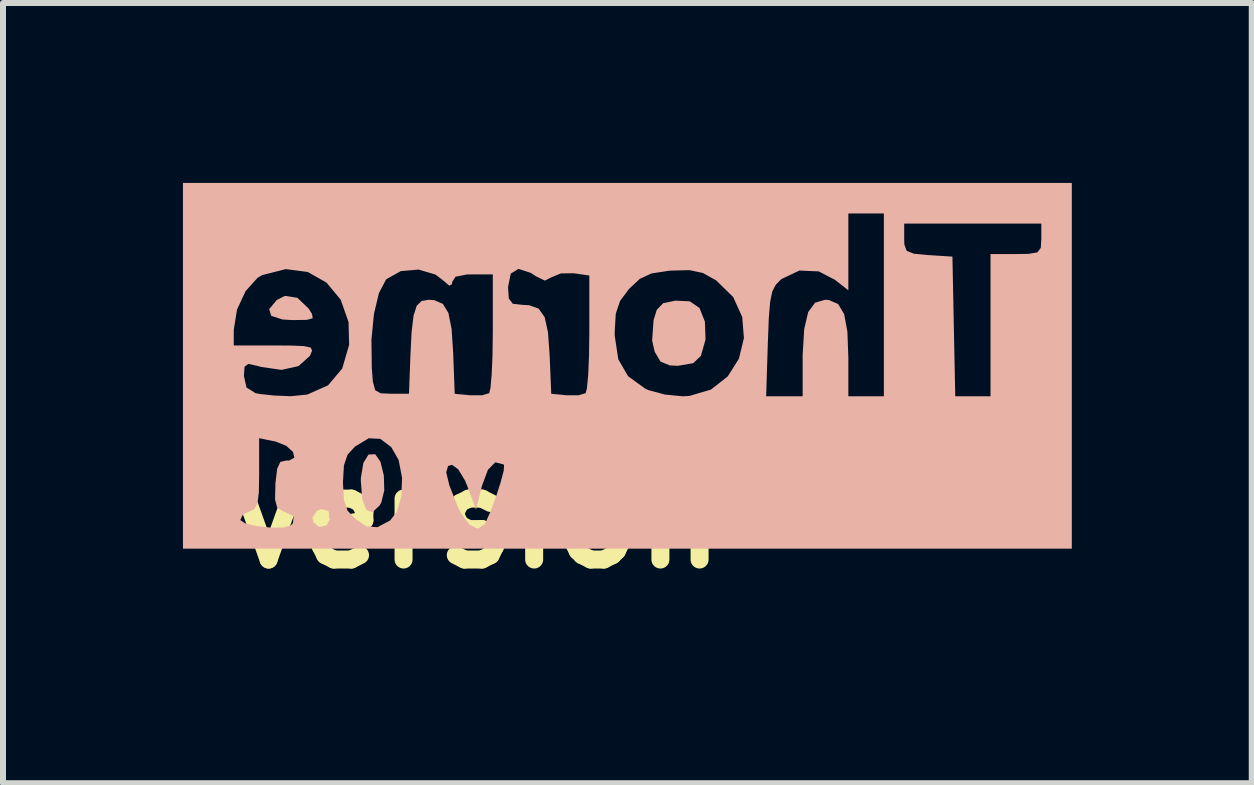
<source format=kicad_pcb>
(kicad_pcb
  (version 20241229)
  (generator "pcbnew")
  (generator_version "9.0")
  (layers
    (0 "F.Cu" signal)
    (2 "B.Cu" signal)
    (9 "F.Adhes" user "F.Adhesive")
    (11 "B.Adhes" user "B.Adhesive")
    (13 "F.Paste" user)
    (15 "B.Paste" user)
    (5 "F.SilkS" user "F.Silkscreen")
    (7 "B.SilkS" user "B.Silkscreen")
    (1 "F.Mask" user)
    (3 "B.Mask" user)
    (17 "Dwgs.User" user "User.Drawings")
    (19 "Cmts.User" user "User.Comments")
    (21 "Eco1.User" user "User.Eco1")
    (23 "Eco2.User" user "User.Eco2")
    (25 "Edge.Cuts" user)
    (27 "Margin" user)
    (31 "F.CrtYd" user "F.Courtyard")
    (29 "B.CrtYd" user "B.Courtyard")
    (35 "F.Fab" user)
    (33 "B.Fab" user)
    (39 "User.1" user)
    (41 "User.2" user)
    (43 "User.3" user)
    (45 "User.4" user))
  (footprint "version"
    (layer "F.Cu")
    (at 7.451 3.048)
    (property "Reference" "version" (at -2.54 2.54 0) (layer "F.SilkS") (effects (font (size 1.524 1.524) (thickness 0.3))))
    (attr board_only exclude_from_pos_files exclude_from_bom)
    (fp_poly (pts (xy -5.888 -1.097) (xy -6.014 -0.944) (xy -5.98 -0.833) (xy -5.792 -0.772) (xy -5.62 -0.762) (xy -5.385 -0.766) (xy -5.288 -0.793) (xy -5.3 -0.865) (xy -5.355 -0.953) (xy -5.544 -1.134) (xy -5.752 -1.166)) (stroke (width 0) (type solid)) (fill yes) (layer "B.SilkS"))
    (fp_poly (pts (xy -4.358 1.479) (xy -4.444 1.62) (xy -4.485 1.866) (xy -4.486 1.919) (xy -4.462 2.225) (xy -4.393 2.403) (xy -4.293 2.442) (xy -4.173 2.328) (xy -4.144 2.277) (xy -4.095 2.076) (xy -4.103 1.826) (xy -4.159 1.599) (xy -4.246 1.474)) (stroke (width 0) (type solid)) (fill yes) (layer "B.SilkS"))
    (fp_poly (pts (xy 0.554 -1.044) (xy 0.448 -0.934) (xy 0.394 -0.762) (xy 0.37 -0.42) (xy 0.413 -0.233) (xy 0.51 -0.069) (xy 0.667 -0.006) (xy 0.799 0) (xy 1.055 -0.044) (xy 1.182 -0.164) (xy 1.26 -0.436) (xy 1.25 -0.735) (xy 1.16 -0.964) (xy 0.998 -1.075) (xy 0.758 -1.086)) (stroke (width 0) (type solid)) (fill yes) (layer "B.SilkS"))
    (fp_poly (pts (xy -7.451 3.048) (xy 7.366 3.048) (xy 7.366 1.655) (xy -2.098 1.655) (xy -2.104 1.748) (xy -2.156 1.944) (xy -2.235 2.189) (xy -2.325 2.43) (xy -2.407 2.613) (xy -2.425 2.644) (xy -2.539 2.716) (xy -2.681 2.642) (xy -2.826 2.44) (xy -2.877 2.332) (xy -3.011 1.99) (xy -3.041 1.866) (xy -3.799 1.866) (xy -3.81 2.175) (xy -3.888 2.439) (xy -3.998 2.578) (xy -4.21 2.691) (xy -4.39 2.676) (xy -4.584 2.547) (xy -4.587 2.544) (xy -4.995 2.544) (xy -5.054 2.655) (xy -5.176 2.689) (xy -5.276 2.606) (xy -5.292 2.534) (xy -5.221 2.42) (xy -5.144 2.387) (xy -5.025 2.423) (xy -4.995 2.544) (xy -4.587 2.544) (xy -4.709 2.412) (xy -4.768 2.231) (xy -4.784 1.947) (xy -4.768 1.661) (xy -4.724 1.531) (xy -5.594 1.531) (xy -5.681 1.579) (xy -5.732 1.579) (xy -5.828 1.602) (xy -5.881 1.717) (xy -5.91 1.962) (xy -5.91 1.975) (xy -5.916 2.227) (xy -5.882 2.36) (xy -5.792 2.421) (xy -5.762 2.43) (xy -5.607 2.509) (xy -5.617 2.621) (xy -5.648 2.657) (xy -5.772 2.695) (xy -5.984 2.698) (xy -6.219 2.673) (xy -6.412 2.627) (xy -6.495 2.572) (xy -6.451 2.478) (xy -6.353 2.432) (xy -6.262 2.389) (xy -6.21 2.295) (xy -6.186 2.11) (xy -6.181 1.797) (xy -6.181 1.207) (xy -5.906 1.263) (xy -5.728 1.334) (xy -5.617 1.436) (xy -5.594 1.531) (xy -4.724 1.531) (xy -4.707 1.481) (xy -4.584 1.347) (xy -4.354 1.208) (xy -4.161 1.218) (xy -3.979 1.355) (xy -3.855 1.572) (xy -3.799 1.866) (xy -3.041 1.866) (xy -3.062 1.776) (xy -3.032 1.67) (xy -2.966 1.651) (xy -2.863 1.725) (xy -2.749 1.913) (xy -2.704 2.023) (xy -2.566 2.395) (xy -2.467 2.002) (xy -2.367 1.733) (xy -2.245 1.609) (xy -2.112 1.642) (xy -2.098 1.655) (xy 7.366 1.655) (xy 7.366 -2.117) (xy 6.858 -2.117) (xy 6.849 -1.966) (xy 6.792 -1.891) (xy 6.644 -1.866) (xy 6.435 -1.863) (xy 6.011 -1.863) (xy 6.011 0.508) (xy 5.423 0.508) (xy 4.233 0.508) (xy 3.641 0.508) (xy 3.641 -0.133) (xy 3.625 -0.569) (xy 3.571 -0.861) (xy 3.471 -1.03) (xy 3.316 -1.097) (xy 3.255 -1.101) (xy 3.086 -1.052) (xy 2.971 -0.895) (xy 2.905 -0.611) (xy 2.879 -0.182) (xy 2.879 -0.079) (xy 2.879 0.508) (xy 2.271 0.508) (xy 2.299 -0.389) (xy 2.302 -0.461) (xy 1.9 -0.461) (xy 1.817 -0.119) (xy 1.63 0.177) (xy 1.351 0.396) (xy 0.988 0.503) (xy 0.878 0.508) (xy 0.581 0.479) (xy 0.31 0.406) (xy 0.255 0.381) (xy -0.031 0.173) (xy -0.194 -0.108) (xy -0.253 -0.497) (xy -0.254 -0.555) (xy -0.677 -0.555) (xy -0.682 -0.169) (xy -0.696 0.153) (xy -0.717 0.374) (xy -0.738 0.456) (xy -0.857 0.491) (xy -1.055 0.491) (xy -1.312 0.466) (xy -1.338 -0.166) (xy -1.366 -0.559) (xy -1.367 -0.564) (xy -2.286 -0.564) (xy -2.291 -0.177) (xy -2.305 0.147) (xy -2.325 0.371) (xy -2.346 0.456) (xy -2.466 0.491) (xy -2.664 0.491) (xy -2.921 0.466) (xy -2.946 -0.208) (xy -2.973 -0.615) (xy -3.026 -0.881) (xy -3.118 -1.032) (xy -3.26 -1.094) (xy -3.353 -1.101) (xy -3.472 -1.081) (xy -3.554 -1.002) (xy -3.607 -0.838) (xy -3.64 -0.56) (xy -3.661 -0.142) (xy -3.661 -0.127) (xy -3.683 0.466) (xy -3.979 0.466) (xy -4.155 0.458) (xy -4.246 0.407) (xy -4.285 0.267) (xy -4.303 0.042) (xy -4.308 -0.351) (xy -4.681 -0.351) (xy -4.796 0.045) (xy -5.032 0.325) (xy -5.378 0.479) (xy -5.653 0.507) (xy -5.938 0.495) (xy -6.181 0.468) (xy -6.244 0.455) (xy -6.393 0.36) (xy -6.435 0.167) (xy -6.424 0.014) (xy -6.36 -0.032) (xy -6.192 0.006) (xy -6.147 0.019) (xy -5.808 0.068) (xy -5.525 0.005) (xy -5.339 -0.161) (xy -5.333 -0.17) (xy -5.298 -0.254) (xy -5.322 -0.304) (xy -5.435 -0.329) (xy -5.667 -0.338) (xy -5.924 -0.339) (xy -6.604 -0.339) (xy -6.604 -0.601) (xy -6.55 -0.937) (xy -6.407 -1.245) (xy -6.207 -1.467) (xy -6.13 -1.512) (xy -5.737 -1.612) (xy -5.371 -1.564) (xy -5.058 -1.387) (xy -4.822 -1.102) (xy -4.691 -0.73) (xy -4.681 -0.351) (xy -4.308 -0.351) (xy -4.309 -0.435) (xy -4.267 -0.866) (xy -4.184 -1.213) (xy -4.067 -1.436) (xy -4.057 -1.446) (xy -3.818 -1.579) (xy -3.522 -1.604) (xy -3.244 -1.522) (xy -3.133 -1.439) (xy -3.011 -1.336) (xy -2.966 -1.361) (xy -2.963 -1.397) (xy -2.907 -1.485) (xy -2.722 -1.522) (xy -2.625 -1.524) (xy -2.286 -1.524) (xy -2.286 -0.564) (xy -1.367 -0.564) (xy -1.422 -0.812) (xy -1.522 -0.953) (xy -1.68 -1.01) (xy -1.788 -1.016) (xy -1.952 -1.034) (xy -2.019 -1.121) (xy -2.032 -1.312) (xy -1.987 -1.537) (xy -1.857 -1.616) (xy -1.651 -1.548) (xy -1.566 -1.492) (xy -1.418 -1.42) (xy -1.303 -1.478) (xy -1.152 -1.54) (xy -0.939 -1.543) (xy -0.677 -1.505) (xy -0.677 -0.555) (xy -0.254 -0.555) (xy -0.254 -0.568) (xy -0.236 -0.869) (xy -0.164 -1.082) (xy -0.014 -1.282) (xy 0.165 -1.45) (xy 0.361 -1.54) (xy 0.648 -1.584) (xy 0.684 -1.587) (xy 0.992 -1.595) (xy 1.214 -1.548) (xy 1.431 -1.428) (xy 1.439 -1.423) (xy 1.721 -1.146) (xy 1.872 -0.814) (xy 1.9 -0.461) (xy 2.302 -0.461) (xy 2.315 -0.793) (xy 2.337 -1.065) (xy 2.373 -1.239) (xy 2.431 -1.351) (xy 2.517 -1.438) (xy 2.528 -1.447) (xy 2.825 -1.588) (xy 3.147 -1.574) (xy 3.418 -1.433) (xy 3.641 -1.258) (xy 3.641 -2.54) (xy 4.233 -2.54) (xy 4.233 0.508) (xy 5.423 0.508) (xy 5.376 -1.82) (xy 4.974 -1.846) (xy 4.731 -1.869) (xy 4.613 -1.917) (xy 4.575 -2.021) (xy 4.572 -2.121) (xy 4.572 -2.371) (xy 6.858 -2.371) (xy 6.858 -2.117) (xy 7.366 -2.117) (xy 7.366 -3.048) (xy -7.451 -3.048)) (stroke (width 0) (type solid)) (fill yes) (layer "B.SilkS")))
  (gr_rect
    (start -3 -3)
    (end 17.817 10.006)
    (stroke (width 0.1) (type default))
    (fill no)
    (layer "Edge.Cuts")))
</source>
